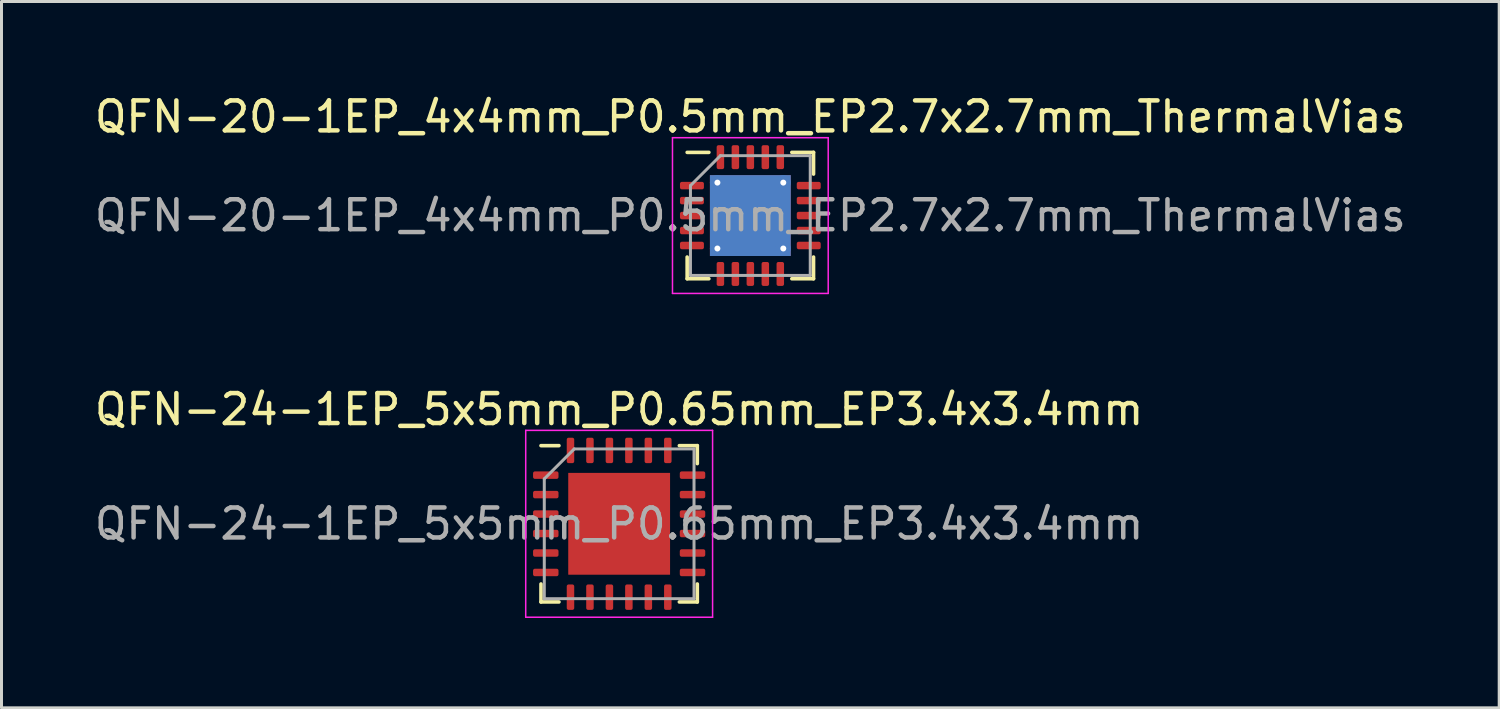
<source format=kicad_pcb>
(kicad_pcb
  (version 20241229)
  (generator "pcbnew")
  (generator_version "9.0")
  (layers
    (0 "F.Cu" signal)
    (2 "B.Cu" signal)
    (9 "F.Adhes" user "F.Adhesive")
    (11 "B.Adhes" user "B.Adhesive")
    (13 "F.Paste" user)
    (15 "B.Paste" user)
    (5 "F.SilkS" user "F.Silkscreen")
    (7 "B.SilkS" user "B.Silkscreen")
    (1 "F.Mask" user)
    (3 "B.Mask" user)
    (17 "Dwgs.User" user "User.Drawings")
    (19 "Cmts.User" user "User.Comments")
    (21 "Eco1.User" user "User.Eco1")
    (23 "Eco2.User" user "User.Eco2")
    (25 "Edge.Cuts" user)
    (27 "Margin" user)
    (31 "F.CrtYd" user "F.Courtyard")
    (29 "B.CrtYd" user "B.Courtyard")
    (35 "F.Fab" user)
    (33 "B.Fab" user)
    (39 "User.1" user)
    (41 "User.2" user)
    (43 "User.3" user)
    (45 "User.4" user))
  (footprint "QFN-20-1EP_4x4mm_P0.5mm_EP2.7x2.7mm_ThermalVias"
    (layer "F.Cu")
    (at 22.006 4.148)
    (property "Reference" "QFN-20-1EP_4x4mm_P0.5mm_EP2.7x2.7mm_ThermalVias" (at 0 -3.3 0) (layer "F.SilkS") (effects (font (size 1 1) (thickness 0.15))))
    (attr smd)
    (fp_line (start -2.11 2.11) (end -2.11 1.385) (stroke (width 0.12) (type solid)) (layer "F.SilkS"))
    (fp_line (start -1.385 -2.11) (end -2.11 -2.11) (stroke (width 0.12) (type solid)) (layer "F.SilkS"))
    (fp_line (start -1.385 2.11) (end -2.11 2.11) (stroke (width 0.12) (type solid)) (layer "F.SilkS"))
    (fp_line (start 1.385 -2.11) (end 2.11 -2.11) (stroke (width 0.12) (type solid)) (layer "F.SilkS"))
    (fp_line (start 1.385 2.11) (end 2.11 2.11) (stroke (width 0.12) (type solid)) (layer "F.SilkS"))
    (fp_line (start 2.11 -2.11) (end 2.11 -1.385) (stroke (width 0.12) (type solid)) (layer "F.SilkS"))
    (fp_line (start 2.11 2.11) (end 2.11 1.385) (stroke (width 0.12) (type solid)) (layer "F.SilkS"))
    (fp_line (start -2.6 -2.6) (end -2.6 2.6) (stroke (width 0.05) (type solid)) (layer "F.CrtYd"))
    (fp_line (start -2.6 2.6) (end 2.6 2.6) (stroke (width 0.05) (type solid)) (layer "F.CrtYd"))
    (fp_line (start 2.6 -2.6) (end -2.6 -2.6) (stroke (width 0.05) (type solid)) (layer "F.CrtYd"))
    (fp_line (start 2.6 2.6) (end 2.6 -2.6) (stroke (width 0.05) (type solid)) (layer "F.CrtYd"))
    (fp_line (start -2 -1) (end -1 -2) (stroke (width 0.1) (type solid)) (layer "F.Fab"))
    (fp_line (start -2 2) (end -2 -1) (stroke (width 0.1) (type solid)) (layer "F.Fab"))
    (fp_line (start -1 -2) (end 2 -2) (stroke (width 0.1) (type solid)) (layer "F.Fab"))
    (fp_line (start 2 -2) (end 2 2) (stroke (width 0.1) (type solid)) (layer "F.Fab"))
    (fp_line (start 2 2) (end -2 2) (stroke (width 0.1) (type solid)) (layer "F.Fab"))
    (fp_text user "${REFERENCE}" (at 0 0 0) (layer "F.Fab") (effects (font (size 1 1) (thickness 0.15))))
    (pad "" smd roundrect (at -0.675 -0.675) (size 1.17 1.17) (layers "F.Paste") (roundrect_rratio 0.214))
    (pad "" smd roundrect (at -0.675 0.675) (size 1.17 1.17) (layers "F.Paste") (roundrect_rratio 0.214))
    (pad "" smd roundrect (at 0.675 -0.675) (size 1.17 1.17) (layers "F.Paste") (roundrect_rratio 0.214))
    (pad "" smd roundrect (at 0.675 0.675) (size 1.17 1.17) (layers "F.Paste") (roundrect_rratio 0.214))
    (pad "1" smd roundrect (at -1.95 -1) (size 0.8 0.25) (layers "F.Cu" "F.Mask" "F.Paste") (roundrect_rratio 0.25))
    (pad "2" smd roundrect (at -1.95 -0.5) (size 0.8 0.25) (layers "F.Cu" "F.Mask" "F.Paste") (roundrect_rratio 0.25))
    (pad "3" smd roundrect (at -1.95 0) (size 0.8 0.25) (layers "F.Cu" "F.Mask" "F.Paste") (roundrect_rratio 0.25))
    (pad "4" smd roundrect (at -1.95 0.5) (size 0.8 0.25) (layers "F.Cu" "F.Mask" "F.Paste") (roundrect_rratio 0.25))
    (pad "5" smd roundrect (at -1.95 1) (size 0.8 0.25) (layers "F.Cu" "F.Mask" "F.Paste") (roundrect_rratio 0.25))
    (pad "6" smd roundrect (at -1 1.95) (size 0.25 0.8) (layers "F.Cu" "F.Mask" "F.Paste") (roundrect_rratio 0.25))
    (pad "7" smd roundrect (at -0.5 1.95) (size 0.25 0.8) (layers "F.Cu" "F.Mask" "F.Paste") (roundrect_rratio 0.25))
    (pad "8" smd roundrect (at 0 1.95) (size 0.25 0.8) (layers "F.Cu" "F.Mask" "F.Paste") (roundrect_rratio 0.25))
    (pad "9" smd roundrect (at 0.5 1.95) (size 0.25 0.8) (layers "F.Cu" "F.Mask" "F.Paste") (roundrect_rratio 0.25))
    (pad "10" smd roundrect (at 1 1.95) (size 0.25 0.8) (layers "F.Cu" "F.Mask" "F.Paste") (roundrect_rratio 0.25))
    (pad "11" smd roundrect (at 1.95 1) (size 0.8 0.25) (layers "F.Cu" "F.Mask" "F.Paste") (roundrect_rratio 0.25))
    (pad "12" smd roundrect (at 1.95 0.5) (size 0.8 0.25) (layers "F.Cu" "F.Mask" "F.Paste") (roundrect_rratio 0.25))
    (pad "13" smd roundrect (at 1.95 0) (size 0.8 0.25) (layers "F.Cu" "F.Mask" "F.Paste") (roundrect_rratio 0.25))
    (pad "14" smd roundrect (at 1.95 -0.5) (size 0.8 0.25) (layers "F.Cu" "F.Mask" "F.Paste") (roundrect_rratio 0.25))
    (pad "15" smd roundrect (at 1.95 -1) (size 0.8 0.25) (layers "F.Cu" "F.Mask" "F.Paste") (roundrect_rratio 0.25))
    (pad "16" smd roundrect (at 1 -1.95) (size 0.25 0.8) (layers "F.Cu" "F.Mask" "F.Paste") (roundrect_rratio 0.25))
    (pad "17" smd roundrect (at 0.5 -1.95) (size 0.25 0.8) (layers "F.Cu" "F.Mask" "F.Paste") (roundrect_rratio 0.25))
    (pad "18" smd roundrect (at 0 -1.95) (size 0.25 0.8) (layers "F.Cu" "F.Mask" "F.Paste") (roundrect_rratio 0.25))
    (pad "19" smd roundrect (at -0.5 -1.95) (size 0.25 0.8) (layers "F.Cu" "F.Mask" "F.Paste") (roundrect_rratio 0.25))
    (pad "20" smd roundrect (at -1 -1.95) (size 0.25 0.8) (layers "F.Cu" "F.Mask" "F.Paste") (roundrect_rratio 0.25))
    (pad "21" thru_hole circle (at -1.1 -1.1) (size 0.5 0.5) (drill 0.2) (layers "*.Cu"))
    (pad "21" thru_hole circle (at -1.1 1.1) (size 0.5 0.5) (drill 0.2) (layers "*.Cu"))
    (pad "21" smd rect (at 0 0) (size 2.7 2.7) (layers "F.Cu" "F.Mask"))
    (pad "21" smd rect (at 0 0) (size 2.7 2.7) (layers "B.Cu"))
    (pad "21" thru_hole circle (at 1.1 -1.1) (size 0.5 0.5) (drill 0.2) (layers "*.Cu"))
    (pad "21" thru_hole circle (at 1.1 1.1) (size 0.5 0.5) (drill 0.2) (layers "*.Cu")))
  (footprint "QFN-24-1EP_5x5mm_P0.65mm_EP3.4x3.4mm"
    (layer "F.Cu")
    (at 17.625 14.441)
    (property "Reference" "QFN-24-1EP_5x5mm_P0.65mm_EP3.4x3.4mm" (at 0 -3.82 0) (layer "F.SilkS") (effects (font (size 1 1) (thickness 0.15))))
    (attr smd)
    (fp_line (start -2.61 2.61) (end -2.61 2.01) (stroke (width 0.12) (type solid)) (layer "F.SilkS"))
    (fp_line (start -2.01 -2.61) (end -2.61 -2.61) (stroke (width 0.12) (type solid)) (layer "F.SilkS"))
    (fp_line (start -2.01 2.61) (end -2.61 2.61) (stroke (width 0.12) (type solid)) (layer "F.SilkS"))
    (fp_line (start 2.01 -2.61) (end 2.61 -2.61) (stroke (width 0.12) (type solid)) (layer "F.SilkS"))
    (fp_line (start 2.01 2.61) (end 2.61 2.61) (stroke (width 0.12) (type solid)) (layer "F.SilkS"))
    (fp_line (start 2.61 -2.61) (end 2.61 -2.01) (stroke (width 0.12) (type solid)) (layer "F.SilkS"))
    (fp_line (start 2.61 2.61) (end 2.61 2.01) (stroke (width 0.12) (type solid)) (layer "F.SilkS"))
    (fp_line (start -3.12 -3.12) (end -3.12 3.12) (stroke (width 0.05) (type solid)) (layer "F.CrtYd"))
    (fp_line (start -3.12 3.12) (end 3.12 3.12) (stroke (width 0.05) (type solid)) (layer "F.CrtYd"))
    (fp_line (start 3.12 -3.12) (end -3.12 -3.12) (stroke (width 0.05) (type solid)) (layer "F.CrtYd"))
    (fp_line (start 3.12 3.12) (end 3.12 -3.12) (stroke (width 0.05) (type solid)) (layer "F.CrtYd"))
    (fp_line (start -2.5 -1.5) (end -1.5 -2.5) (stroke (width 0.1) (type solid)) (layer "F.Fab"))
    (fp_line (start -2.5 2.5) (end -2.5 -1.5) (stroke (width 0.1) (type solid)) (layer "F.Fab"))
    (fp_line (start -1.5 -2.5) (end 2.5 -2.5) (stroke (width 0.1) (type solid)) (layer "F.Fab"))
    (fp_line (start 2.5 -2.5) (end 2.5 2.5) (stroke (width 0.1) (type solid)) (layer "F.Fab"))
    (fp_line (start 2.5 2.5) (end -2.5 2.5) (stroke (width 0.1) (type solid)) (layer "F.Fab"))
    (fp_text user "${REFERENCE}" (at 0 0 0) (layer "F.Fab") (effects (font (size 1 1) (thickness 0.15))))
    (pad "" smd roundrect (at -0.85 -0.85) (size 1.37 1.37) (layers "F.Paste") (roundrect_rratio 0.182))
    (pad "" smd roundrect (at -0.85 0.85) (size 1.37 1.37) (layers "F.Paste") (roundrect_rratio 0.182))
    (pad "" smd roundrect (at 0.85 -0.85) (size 1.37 1.37) (layers "F.Paste") (roundrect_rratio 0.182))
    (pad "" smd roundrect (at 0.85 0.85) (size 1.37 1.37) (layers "F.Paste") (roundrect_rratio 0.182))
    (pad "1" smd roundrect (at -2.45 -1.625) (size 0.85 0.25) (layers "F.Cu" "F.Mask" "F.Paste") (roundrect_rratio 0.25))
    (pad "2" smd roundrect (at -2.45 -0.975) (size 0.85 0.25) (layers "F.Cu" "F.Mask" "F.Paste") (roundrect_rratio 0.25))
    (pad "3" smd roundrect (at -2.45 -0.325) (size 0.85 0.25) (layers "F.Cu" "F.Mask" "F.Paste") (roundrect_rratio 0.25))
    (pad "4" smd roundrect (at -2.45 0.325) (size 0.85 0.25) (layers "F.Cu" "F.Mask" "F.Paste") (roundrect_rratio 0.25))
    (pad "5" smd roundrect (at -2.45 0.975) (size 0.85 0.25) (layers "F.Cu" "F.Mask" "F.Paste") (roundrect_rratio 0.25))
    (pad "6" smd roundrect (at -2.45 1.625) (size 0.85 0.25) (layers "F.Cu" "F.Mask" "F.Paste") (roundrect_rratio 0.25))
    (pad "7" smd roundrect (at -1.625 2.45) (size 0.25 0.85) (layers "F.Cu" "F.Mask" "F.Paste") (roundrect_rratio 0.25))
    (pad "8" smd roundrect (at -0.975 2.45) (size 0.25 0.85) (layers "F.Cu" "F.Mask" "F.Paste") (roundrect_rratio 0.25))
    (pad "9" smd roundrect (at -0.325 2.45) (size 0.25 0.85) (layers "F.Cu" "F.Mask" "F.Paste") (roundrect_rratio 0.25))
    (pad "10" smd roundrect (at 0.325 2.45) (size 0.25 0.85) (layers "F.Cu" "F.Mask" "F.Paste") (roundrect_rratio 0.25))
    (pad "11" smd roundrect (at 0.975 2.45) (size 0.25 0.85) (layers "F.Cu" "F.Mask" "F.Paste") (roundrect_rratio 0.25))
    (pad "12" smd roundrect (at 1.625 2.45) (size 0.25 0.85) (layers "F.Cu" "F.Mask" "F.Paste") (roundrect_rratio 0.25))
    (pad "13" smd roundrect (at 2.45 1.625) (size 0.85 0.25) (layers "F.Cu" "F.Mask" "F.Paste") (roundrect_rratio 0.25))
    (pad "14" smd roundrect (at 2.45 0.975) (size 0.85 0.25) (layers "F.Cu" "F.Mask" "F.Paste") (roundrect_rratio 0.25))
    (pad "15" smd roundrect (at 2.45 0.325) (size 0.85 0.25) (layers "F.Cu" "F.Mask" "F.Paste") (roundrect_rratio 0.25))
    (pad "16" smd roundrect (at 2.45 -0.325) (size 0.85 0.25) (layers "F.Cu" "F.Mask" "F.Paste") (roundrect_rratio 0.25))
    (pad "17" smd roundrect (at 2.45 -0.975) (size 0.85 0.25) (layers "F.Cu" "F.Mask" "F.Paste") (roundrect_rratio 0.25))
    (pad "18" smd roundrect (at 2.45 -1.625) (size 0.85 0.25) (layers "F.Cu" "F.Mask" "F.Paste") (roundrect_rratio 0.25))
    (pad "19" smd roundrect (at 1.625 -2.45) (size 0.25 0.85) (layers "F.Cu" "F.Mask" "F.Paste") (roundrect_rratio 0.25))
    (pad "20" smd roundrect (at 0.975 -2.45) (size 0.25 0.85) (layers "F.Cu" "F.Mask" "F.Paste") (roundrect_rratio 0.25))
    (pad "21" smd roundrect (at 0.325 -2.45) (size 0.25 0.85) (layers "F.Cu" "F.Mask" "F.Paste") (roundrect_rratio 0.25))
    (pad "22" smd roundrect (at -0.325 -2.45) (size 0.25 0.85) (layers "F.Cu" "F.Mask" "F.Paste") (roundrect_rratio 0.25))
    (pad "23" smd roundrect (at -0.975 -2.45) (size 0.25 0.85) (layers "F.Cu" "F.Mask" "F.Paste") (roundrect_rratio 0.25))
    (pad "24" smd roundrect (at -1.625 -2.45) (size 0.25 0.85) (layers "F.Cu" "F.Mask" "F.Paste") (roundrect_rratio 0.25))
    (pad "25" smd rect (at 0 0) (size 3.4 3.4) (layers "F.Cu" "F.Mask")))
  (gr_rect
    (start -3 -3)
    (end 47.012 20.587)
    (stroke (width 0.1) (type default))
    (fill no)
    (layer "Edge.Cuts")))
</source>
